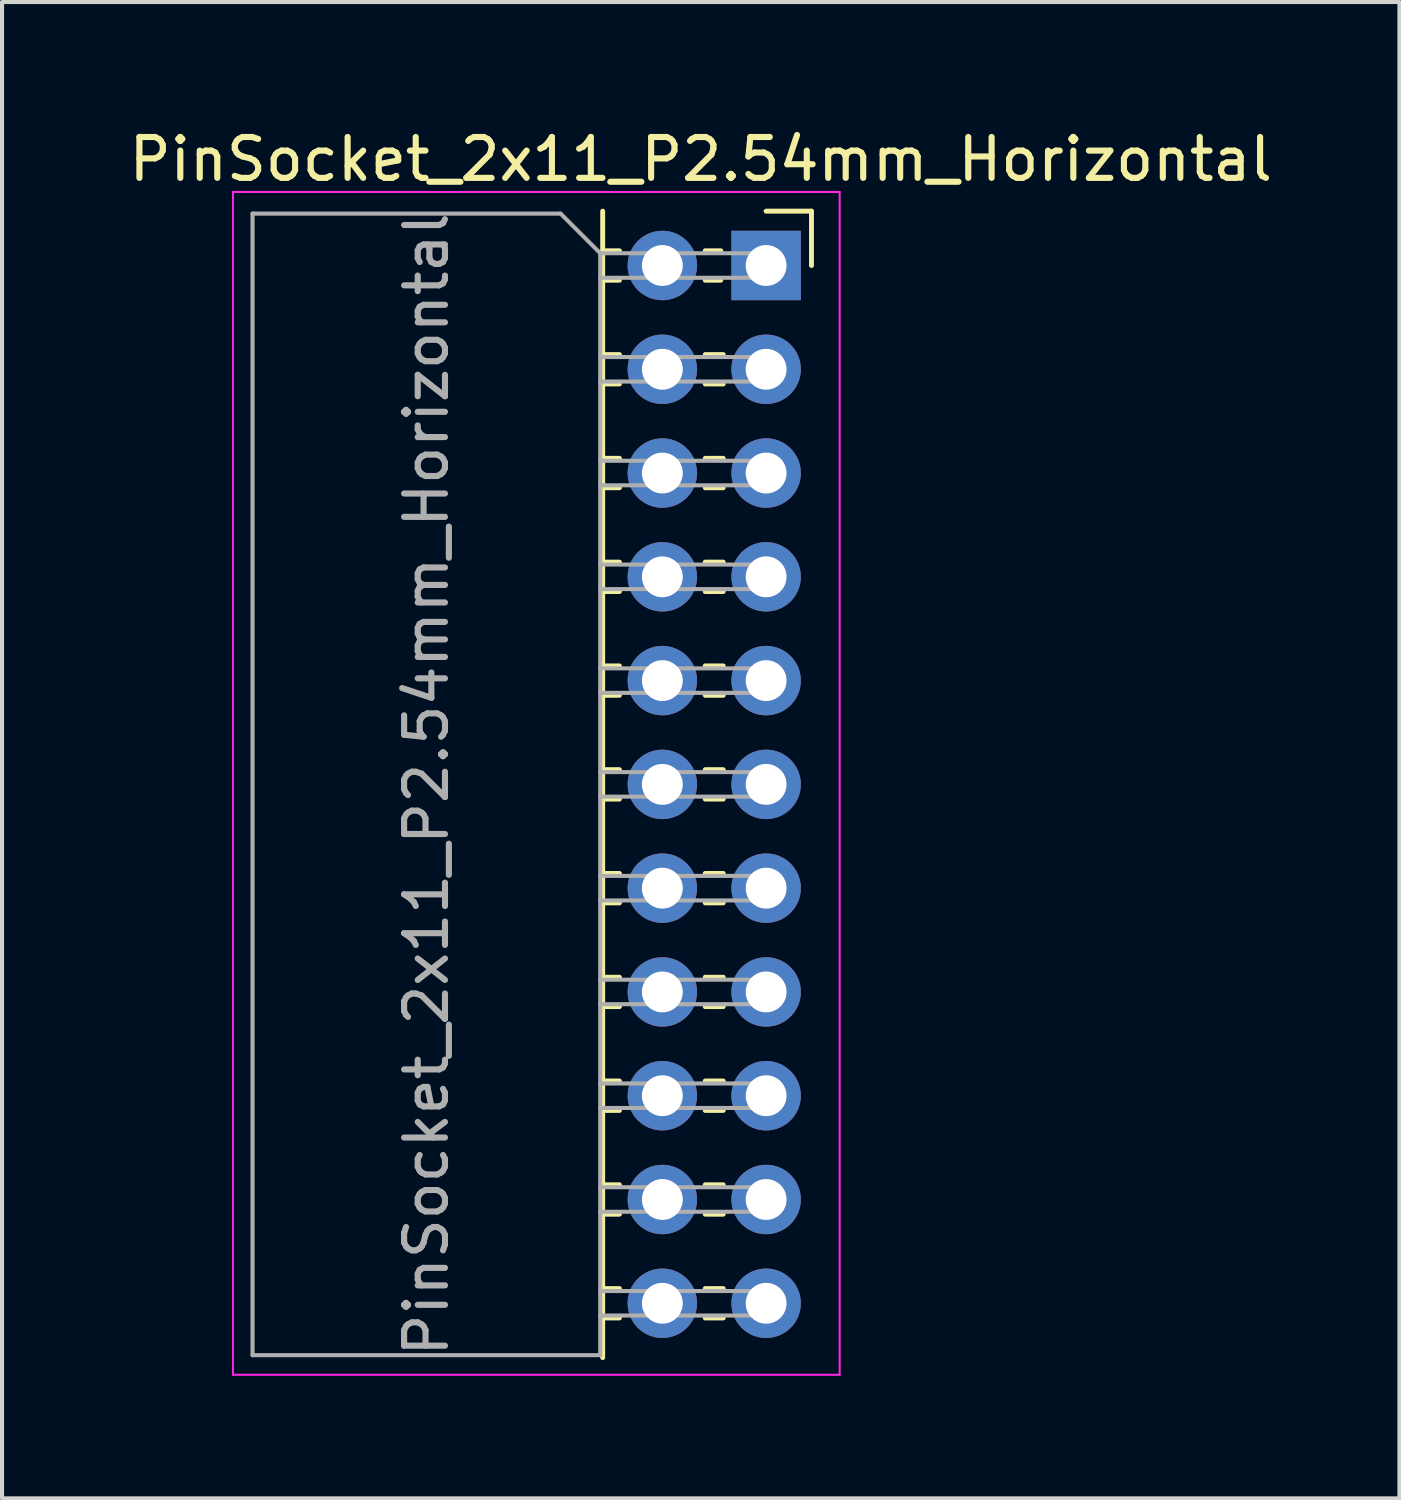
<source format=kicad_pcb>
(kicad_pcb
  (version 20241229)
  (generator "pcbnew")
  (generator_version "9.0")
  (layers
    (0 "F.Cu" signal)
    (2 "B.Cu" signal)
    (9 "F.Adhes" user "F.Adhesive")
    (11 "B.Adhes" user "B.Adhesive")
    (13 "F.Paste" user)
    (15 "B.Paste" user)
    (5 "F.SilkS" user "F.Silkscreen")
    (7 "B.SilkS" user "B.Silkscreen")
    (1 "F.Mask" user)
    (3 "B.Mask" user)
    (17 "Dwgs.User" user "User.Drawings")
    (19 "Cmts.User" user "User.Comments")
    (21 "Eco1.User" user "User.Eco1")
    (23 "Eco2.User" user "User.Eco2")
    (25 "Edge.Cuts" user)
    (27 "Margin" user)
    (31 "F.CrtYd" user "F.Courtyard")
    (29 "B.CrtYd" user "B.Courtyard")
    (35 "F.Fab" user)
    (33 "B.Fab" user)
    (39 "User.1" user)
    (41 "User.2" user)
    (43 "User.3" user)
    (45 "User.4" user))
  (footprint "PinSocket_2x11_P2.54mm_Horizontal"
    (layer "F.Cu")
    (at 15.701 3.448)
    (property "Reference" "PinSocket_2x11_P2.54mm_Horizontal" (at -1.6 -2.6 0) (layer "F.SilkS") (effects (font (size 1 1) (thickness 0.15))))
    (attr through_hole)
    (fp_line (start -4 -1.33) (end -4 26.73) (stroke (width 0.12) (type solid)) (layer "F.SilkS"))
    (fp_line (start -4 -0.36) (end -3.59 -0.36) (stroke (width 0.12) (type solid)) (layer "F.SilkS"))
    (fp_line (start -4 0.36) (end -3.59 0.36) (stroke (width 0.12) (type solid)) (layer "F.SilkS"))
    (fp_line (start -4 2.18) (end -3.59 2.18) (stroke (width 0.12) (type solid)) (layer "F.SilkS"))
    (fp_line (start -4 2.9) (end -3.59 2.9) (stroke (width 0.12) (type solid)) (layer "F.SilkS"))
    (fp_line (start -4 4.72) (end -3.59 4.72) (stroke (width 0.12) (type solid)) (layer "F.SilkS"))
    (fp_line (start -4 5.44) (end -3.59 5.44) (stroke (width 0.12) (type solid)) (layer "F.SilkS"))
    (fp_line (start -4 7.26) (end -3.59 7.26) (stroke (width 0.12) (type solid)) (layer "F.SilkS"))
    (fp_line (start -4 7.98) (end -3.59 7.98) (stroke (width 0.12) (type solid)) (layer "F.SilkS"))
    (fp_line (start -4 9.8) (end -3.59 9.8) (stroke (width 0.12) (type solid)) (layer "F.SilkS"))
    (fp_line (start -4 10.52) (end -3.59 10.52) (stroke (width 0.12) (type solid)) (layer "F.SilkS"))
    (fp_line (start -4 12.34) (end -3.59 12.34) (stroke (width 0.12) (type solid)) (layer "F.SilkS"))
    (fp_line (start -4 13.06) (end -3.59 13.06) (stroke (width 0.12) (type solid)) (layer "F.SilkS"))
    (fp_line (start -4 14.88) (end -3.59 14.88) (stroke (width 0.12) (type solid)) (layer "F.SilkS"))
    (fp_line (start -4 15.6) (end -3.59 15.6) (stroke (width 0.12) (type solid)) (layer "F.SilkS"))
    (fp_line (start -4 17.42) (end -3.59 17.42) (stroke (width 0.12) (type solid)) (layer "F.SilkS"))
    (fp_line (start -4 18.14) (end -3.59 18.14) (stroke (width 0.12) (type solid)) (layer "F.SilkS"))
    (fp_line (start -4 19.96) (end -3.59 19.96) (stroke (width 0.12) (type solid)) (layer "F.SilkS"))
    (fp_line (start -4 20.68) (end -3.59 20.68) (stroke (width 0.12) (type solid)) (layer "F.SilkS"))
    (fp_line (start -4 22.5) (end -3.59 22.5) (stroke (width 0.12) (type solid)) (layer "F.SilkS"))
    (fp_line (start -4 23.22) (end -3.59 23.22) (stroke (width 0.12) (type solid)) (layer "F.SilkS"))
    (fp_line (start -4 25.04) (end -3.59 25.04) (stroke (width 0.12) (type solid)) (layer "F.SilkS"))
    (fp_line (start -4 25.76) (end -3.59 25.76) (stroke (width 0.12) (type solid)) (layer "F.SilkS"))
    (fp_line (start -1.49 -0.36) (end -1.11 -0.36) (stroke (width 0.12) (type solid)) (layer "F.SilkS"))
    (fp_line (start -1.49 0.36) (end -1.11 0.36) (stroke (width 0.12) (type solid)) (layer "F.SilkS"))
    (fp_line (start -1.49 2.18) (end -1.05 2.18) (stroke (width 0.12) (type solid)) (layer "F.SilkS"))
    (fp_line (start -1.49 2.9) (end -1.05 2.9) (stroke (width 0.12) (type solid)) (layer "F.SilkS"))
    (fp_line (start -1.49 4.72) (end -1.05 4.72) (stroke (width 0.12) (type solid)) (layer "F.SilkS"))
    (fp_line (start -1.49 5.44) (end -1.05 5.44) (stroke (width 0.12) (type solid)) (layer "F.SilkS"))
    (fp_line (start -1.49 7.26) (end -1.05 7.26) (stroke (width 0.12) (type solid)) (layer "F.SilkS"))
    (fp_line (start -1.49 7.98) (end -1.05 7.98) (stroke (width 0.12) (type solid)) (layer "F.SilkS"))
    (fp_line (start -1.49 9.8) (end -1.05 9.8) (stroke (width 0.12) (type solid)) (layer "F.SilkS"))
    (fp_line (start -1.49 10.52) (end -1.05 10.52) (stroke (width 0.12) (type solid)) (layer "F.SilkS"))
    (fp_line (start -1.49 12.34) (end -1.05 12.34) (stroke (width 0.12) (type solid)) (layer "F.SilkS"))
    (fp_line (start -1.49 13.06) (end -1.05 13.06) (stroke (width 0.12) (type solid)) (layer "F.SilkS"))
    (fp_line (start -1.49 14.88) (end -1.05 14.88) (stroke (width 0.12) (type solid)) (layer "F.SilkS"))
    (fp_line (start -1.49 15.6) (end -1.05 15.6) (stroke (width 0.12) (type solid)) (layer "F.SilkS"))
    (fp_line (start -1.49 17.42) (end -1.05 17.42) (stroke (width 0.12) (type solid)) (layer "F.SilkS"))
    (fp_line (start -1.49 18.14) (end -1.05 18.14) (stroke (width 0.12) (type solid)) (layer "F.SilkS"))
    (fp_line (start -1.49 19.96) (end -1.05 19.96) (stroke (width 0.12) (type solid)) (layer "F.SilkS"))
    (fp_line (start -1.49 20.68) (end -1.05 20.68) (stroke (width 0.12) (type solid)) (layer "F.SilkS"))
    (fp_line (start -1.49 22.5) (end -1.05 22.5) (stroke (width 0.12) (type solid)) (layer "F.SilkS"))
    (fp_line (start -1.49 23.22) (end -1.05 23.22) (stroke (width 0.12) (type solid)) (layer "F.SilkS"))
    (fp_line (start -1.49 25.04) (end -1.05 25.04) (stroke (width 0.12) (type solid)) (layer "F.SilkS"))
    (fp_line (start -1.49 25.76) (end -1.05 25.76) (stroke (width 0.12) (type solid)) (layer "F.SilkS"))
    (fp_line (start 0 -1.33) (end 1.11 -1.33) (stroke (width 0.12) (type solid)) (layer "F.SilkS"))
    (fp_line (start 1.11 -1.33) (end 1.11 0) (stroke (width 0.12) (type solid)) (layer "F.SilkS"))
    (fp_line (start -13.05 -1.8) (end -13.05 27.15) (stroke (width 0.05) (type solid)) (layer "F.CrtYd"))
    (fp_line (start -13.05 27.15) (end 1.8 27.15) (stroke (width 0.05) (type solid)) (layer "F.CrtYd"))
    (fp_line (start 1.8 -1.8) (end -13.05 -1.8) (stroke (width 0.05) (type solid)) (layer "F.CrtYd"))
    (fp_line (start 1.8 27.15) (end 1.8 -1.8) (stroke (width 0.05) (type solid)) (layer "F.CrtYd"))
    (fp_line (start -12.57 -1.27) (end -5.03 -1.27) (stroke (width 0.1) (type solid)) (layer "F.Fab"))
    (fp_line (start -12.57 26.67) (end -12.57 -1.27) (stroke (width 0.1) (type solid)) (layer "F.Fab"))
    (fp_line (start -5.03 -1.27) (end -4.06 -0.3) (stroke (width 0.1) (type solid)) (layer "F.Fab"))
    (fp_line (start -4.06 -0.3) (end -4.06 26.67) (stroke (width 0.1) (type solid)) (layer "F.Fab"))
    (fp_line (start -4.06 0.3) (end 0 0.3) (stroke (width 0.1) (type solid)) (layer "F.Fab"))
    (fp_line (start -4.06 2.84) (end 0 2.84) (stroke (width 0.1) (type solid)) (layer "F.Fab"))
    (fp_line (start -4.06 5.38) (end 0 5.38) (stroke (width 0.1) (type solid)) (layer "F.Fab"))
    (fp_line (start -4.06 7.92) (end 0 7.92) (stroke (width 0.1) (type solid)) (layer "F.Fab"))
    (fp_line (start -4.06 10.46) (end 0 10.46) (stroke (width 0.1) (type solid)) (layer "F.Fab"))
    (fp_line (start -4.06 13) (end 0 13) (stroke (width 0.1) (type solid)) (layer "F.Fab"))
    (fp_line (start -4.06 15.54) (end 0 15.54) (stroke (width 0.1) (type solid)) (layer "F.Fab"))
    (fp_line (start -4.06 18.08) (end 0 18.08) (stroke (width 0.1) (type solid)) (layer "F.Fab"))
    (fp_line (start -4.06 20.62) (end 0 20.62) (stroke (width 0.1) (type solid)) (layer "F.Fab"))
    (fp_line (start -4.06 23.16) (end 0 23.16) (stroke (width 0.1) (type solid)) (layer "F.Fab"))
    (fp_line (start -4.06 25.7) (end 0 25.7) (stroke (width 0.1) (type solid)) (layer "F.Fab"))
    (fp_line (start -4.06 26.67) (end -12.57 26.67) (stroke (width 0.1) (type solid)) (layer "F.Fab"))
    (fp_line (start 0 -0.3) (end -4.06 -0.3) (stroke (width 0.1) (type solid)) (layer "F.Fab"))
    (fp_line (start 0 0.3) (end 0 -0.3) (stroke (width 0.1) (type solid)) (layer "F.Fab"))
    (fp_line (start 0 2.24) (end -4.06 2.24) (stroke (width 0.1) (type solid)) (layer "F.Fab"))
    (fp_line (start 0 2.84) (end 0 2.24) (stroke (width 0.1) (type solid)) (layer "F.Fab"))
    (fp_line (start 0 4.78) (end -4.06 4.78) (stroke (width 0.1) (type solid)) (layer "F.Fab"))
    (fp_line (start 0 5.38) (end 0 4.78) (stroke (width 0.1) (type solid)) (layer "F.Fab"))
    (fp_line (start 0 7.32) (end -4.06 7.32) (stroke (width 0.1) (type solid)) (layer "F.Fab"))
    (fp_line (start 0 7.92) (end 0 7.32) (stroke (width 0.1) (type solid)) (layer "F.Fab"))
    (fp_line (start 0 9.86) (end -4.06 9.86) (stroke (width 0.1) (type solid)) (layer "F.Fab"))
    (fp_line (start 0 10.46) (end 0 9.86) (stroke (width 0.1) (type solid)) (layer "F.Fab"))
    (fp_line (start 0 12.4) (end -4.06 12.4) (stroke (width 0.1) (type solid)) (layer "F.Fab"))
    (fp_line (start 0 13) (end 0 12.4) (stroke (width 0.1) (type solid)) (layer "F.Fab"))
    (fp_line (start 0 14.94) (end -4.06 14.94) (stroke (width 0.1) (type solid)) (layer "F.Fab"))
    (fp_line (start 0 15.54) (end 0 14.94) (stroke (width 0.1) (type solid)) (layer "F.Fab"))
    (fp_line (start 0 17.48) (end -4.06 17.48) (stroke (width 0.1) (type solid)) (layer "F.Fab"))
    (fp_line (start 0 18.08) (end 0 17.48) (stroke (width 0.1) (type solid)) (layer "F.Fab"))
    (fp_line (start 0 20.02) (end -4.06 20.02) (stroke (width 0.1) (type solid)) (layer "F.Fab"))
    (fp_line (start 0 20.62) (end 0 20.02) (stroke (width 0.1) (type solid)) (layer "F.Fab"))
    (fp_line (start 0 22.56) (end -4.06 22.56) (stroke (width 0.1) (type solid)) (layer "F.Fab"))
    (fp_line (start 0 23.16) (end 0 22.56) (stroke (width 0.1) (type solid)) (layer "F.Fab"))
    (fp_line (start 0 25.1) (end -4.06 25.1) (stroke (width 0.1) (type solid)) (layer "F.Fab"))
    (fp_line (start 0 25.7) (end 0 25.1) (stroke (width 0.1) (type solid)) (layer "F.Fab"))
    (fp_text user "${REFERENCE}" (at -8.315 12.7 90) (layer "F.Fab") (effects (font (size 1 1) (thickness 0.15))))
    (pad "1" thru_hole rect (at 0 0) (size 1.7 1.7) (drill 1) (layers "*.Cu" "*.Mask"))
    (pad "2" thru_hole oval (at -2.54 0) (size 1.7 1.7) (drill 1) (layers "*.Cu" "*.Mask"))
    (pad "3" thru_hole oval (at 0 2.54) (size 1.7 1.7) (drill 1) (layers "*.Cu" "*.Mask"))
    (pad "4" thru_hole oval (at -2.54 2.54) (size 1.7 1.7) (drill 1) (layers "*.Cu" "*.Mask"))
    (pad "5" thru_hole oval (at 0 5.08) (size 1.7 1.7) (drill 1) (layers "*.Cu" "*.Mask"))
    (pad "6" thru_hole oval (at -2.54 5.08) (size 1.7 1.7) (drill 1) (layers "*.Cu" "*.Mask"))
    (pad "7" thru_hole oval (at 0 7.62) (size 1.7 1.7) (drill 1) (layers "*.Cu" "*.Mask"))
    (pad "8" thru_hole oval (at -2.54 7.62) (size 1.7 1.7) (drill 1) (layers "*.Cu" "*.Mask"))
    (pad "9" thru_hole oval (at 0 10.16) (size 1.7 1.7) (drill 1) (layers "*.Cu" "*.Mask"))
    (pad "10" thru_hole oval (at -2.54 10.16) (size 1.7 1.7) (drill 1) (layers "*.Cu" "*.Mask"))
    (pad "11" thru_hole oval (at 0 12.7) (size 1.7 1.7) (drill 1) (layers "*.Cu" "*.Mask"))
    (pad "12" thru_hole oval (at -2.54 12.7) (size 1.7 1.7) (drill 1) (layers "*.Cu" "*.Mask"))
    (pad "13" thru_hole oval (at 0 15.24) (size 1.7 1.7) (drill 1) (layers "*.Cu" "*.Mask"))
    (pad "14" thru_hole oval (at -2.54 15.24) (size 1.7 1.7) (drill 1) (layers "*.Cu" "*.Mask"))
    (pad "15" thru_hole oval (at 0 17.78) (size 1.7 1.7) (drill 1) (layers "*.Cu" "*.Mask"))
    (pad "16" thru_hole oval (at -2.54 17.78) (size 1.7 1.7) (drill 1) (layers "*.Cu" "*.Mask"))
    (pad "17" thru_hole oval (at 0 20.32) (size 1.7 1.7) (drill 1) (layers "*.Cu" "*.Mask"))
    (pad "18" thru_hole oval (at -2.54 20.32) (size 1.7 1.7) (drill 1) (layers "*.Cu" "*.Mask"))
    (pad "19" thru_hole oval (at 0 22.86) (size 1.7 1.7) (drill 1) (layers "*.Cu" "*.Mask"))
    (pad "20" thru_hole oval (at -2.54 22.86) (size 1.7 1.7) (drill 1) (layers "*.Cu" "*.Mask"))
    (pad "21" thru_hole oval (at 0 25.4) (size 1.7 1.7) (drill 1) (layers "*.Cu" "*.Mask"))
    (pad "22" thru_hole oval (at -2.54 25.4) (size 1.7 1.7) (drill 1) (layers "*.Cu" "*.Mask")))
  (gr_rect
    (start -3 -3)
    (end 31.202 33.623)
    (stroke (width 0.1) (type default))
    (fill no)
    (layer "Edge.Cuts")))
</source>
